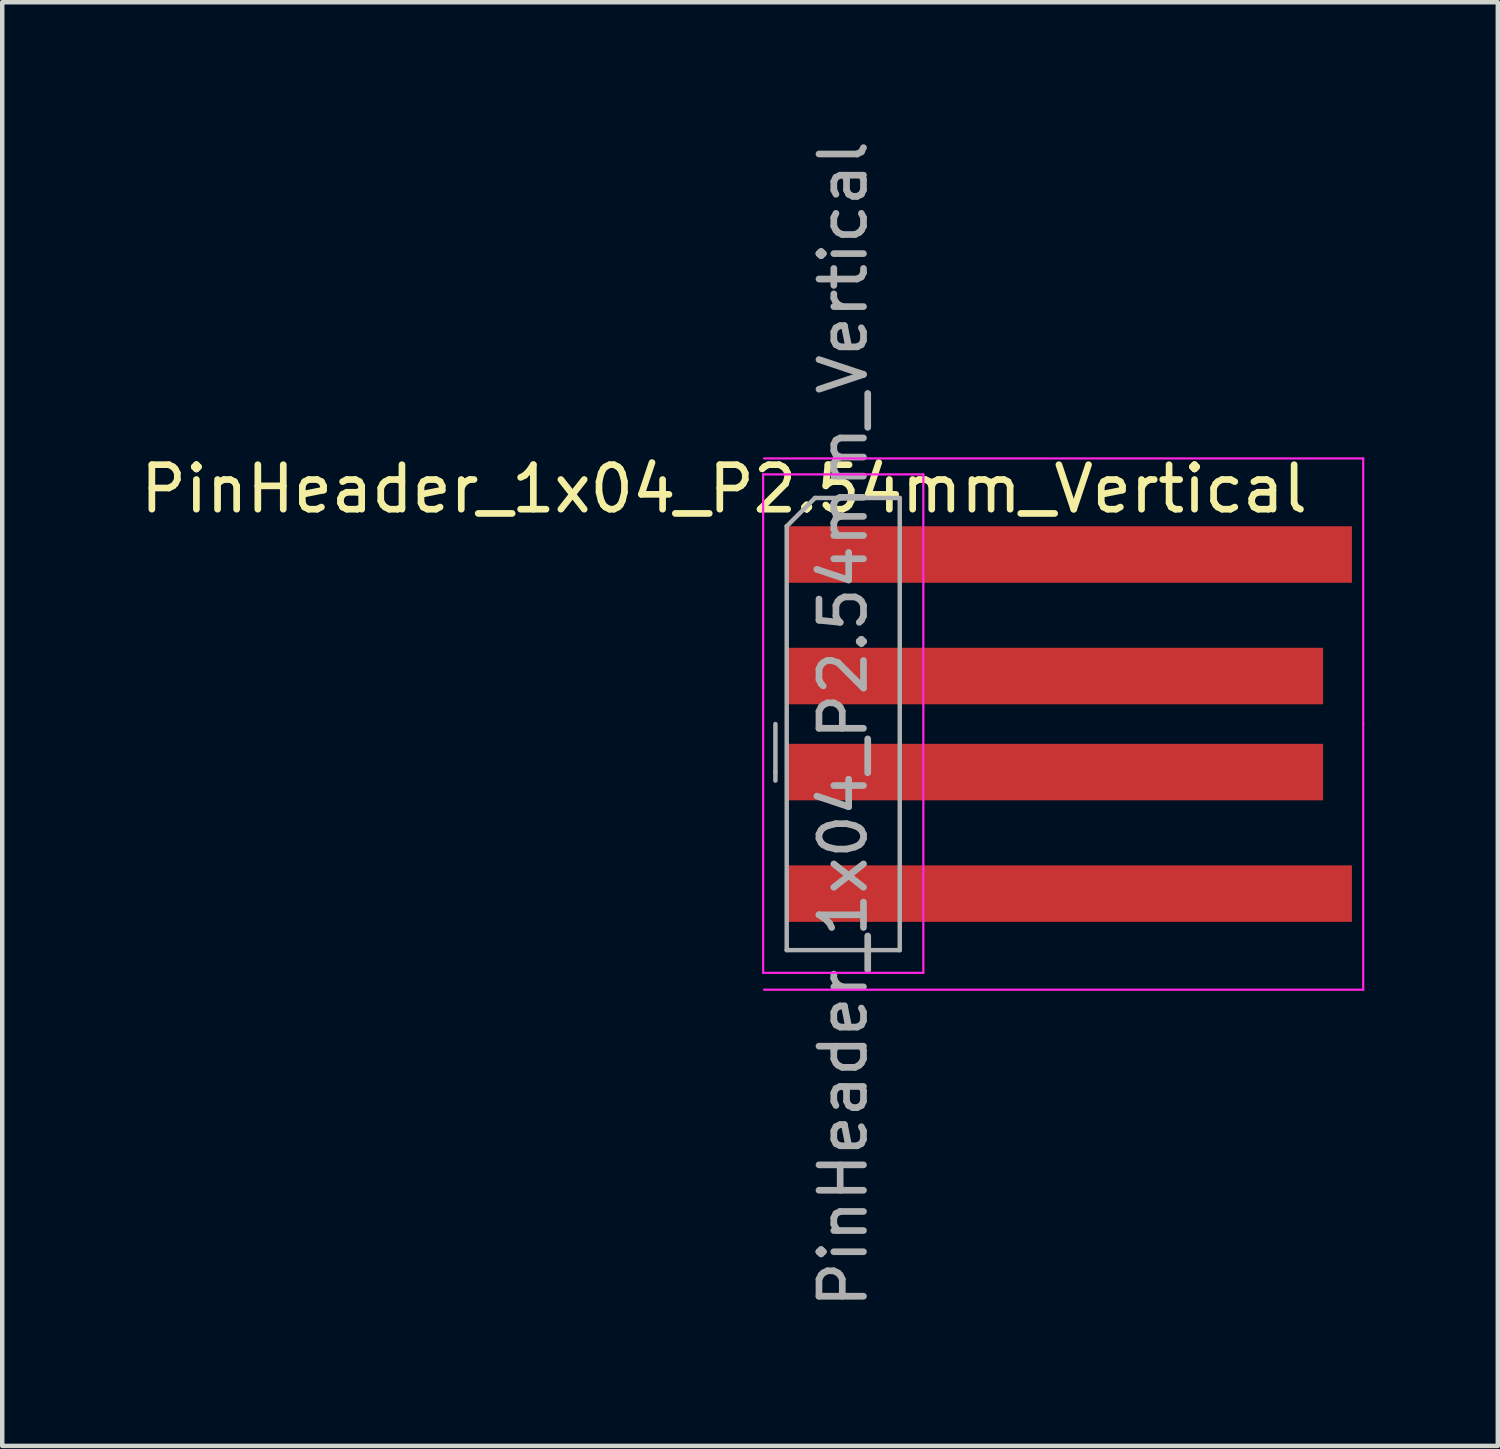
<source format=kicad_pcb>
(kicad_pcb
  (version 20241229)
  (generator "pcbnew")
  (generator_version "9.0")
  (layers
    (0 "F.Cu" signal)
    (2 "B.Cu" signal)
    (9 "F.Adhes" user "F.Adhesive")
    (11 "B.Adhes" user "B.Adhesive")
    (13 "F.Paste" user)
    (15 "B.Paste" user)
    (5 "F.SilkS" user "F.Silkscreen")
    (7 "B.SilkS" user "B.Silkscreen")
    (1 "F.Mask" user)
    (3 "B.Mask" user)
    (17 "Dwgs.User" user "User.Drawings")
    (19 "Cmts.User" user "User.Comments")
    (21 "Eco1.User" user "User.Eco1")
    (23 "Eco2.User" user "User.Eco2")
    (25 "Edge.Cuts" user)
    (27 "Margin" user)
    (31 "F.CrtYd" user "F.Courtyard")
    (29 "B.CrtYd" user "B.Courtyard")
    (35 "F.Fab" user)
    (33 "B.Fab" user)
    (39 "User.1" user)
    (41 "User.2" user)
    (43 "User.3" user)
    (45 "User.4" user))
  (footprint "PinHeader_1x04_P2.54mm_Vertical"
    (layer "F.Cu")
    (at 15.898 9.41)
    (property "Reference" "PinHeader_1x04_P2.54mm_Vertical" (at -2.678 -1.473 180) (layer "F.SilkS") (effects (font (size 1 1) (thickness 0.15))))
    (attr through_hole)
    (fp_line (start -1.8 -1.8) (end -1.8 9.4) (stroke (width 0.05) (type solid)) (layer "F.CrtYd"))
    (fp_line (start -1.8 9.4) (end 1.8 9.4) (stroke (width 0.05) (type solid)) (layer "F.CrtYd"))
    (fp_line (start 1.8 -1.8) (end -1.8 -1.8) (stroke (width 0.05) (type solid)) (layer "F.CrtYd"))
    (fp_line (start 1.8 9.4) (end 1.8 -1.8) (stroke (width 0.05) (type solid)) (layer "F.CrtYd"))
    (fp_line (start 11.684 -2.159) (end -1.778 -2.159) (stroke (width 0.05) (type solid)) (layer "F.CrtYd"))
    (fp_line (start 11.684 -2.159) (end 11.684 3.81) (stroke (width 0.05) (type solid)) (layer "F.CrtYd"))
    (fp_line (start 11.684 3.81) (end 11.684 9.779) (stroke (width 0.05) (type solid)) (layer "F.CrtYd"))
    (fp_line (start 11.684 9.779) (end -1.778 9.779) (stroke (width 0.05) (type solid)) (layer "F.CrtYd"))
    (fp_line (start -1.524 3.81) (end -1.524 4.889) (stroke (width 0.1) (type solid)) (layer "F.Fab"))
    (fp_line (start -1.524 5.08) (end -1.524 4.889) (stroke (width 0.1) (type solid)) (layer "F.Fab"))
    (fp_line (start -1.27 -0.635) (end -0.635 -1.27) (stroke (width 0.1) (type solid)) (layer "F.Fab"))
    (fp_line (start -1.27 8.89) (end -1.27 -0.635) (stroke (width 0.1) (type solid)) (layer "F.Fab"))
    (fp_line (start -0.635 -1.27) (end 1.27 -1.27) (stroke (width 0.1) (type solid)) (layer "F.Fab"))
    (fp_line (start 1.27 -1.27) (end 1.27 8.89) (stroke (width 0.1) (type solid)) (layer "F.Fab"))
    (fp_line (start 1.27 8.89) (end -1.27 8.89) (stroke (width 0.1) (type solid)) (layer "F.Fab"))
    (fp_text user "${REFERENCE}" (at 0 3.81 270) (layer "F.Fab") (effects (font (size 1 1) (thickness 0.15))))
    (pad "1" smd rect (at 5.08 0) (size 12.7 1.27) (layers "F.Cu" "F.Mask" "F.Paste"))
    (pad "2" smd rect (at 4.75 2.731) (size 12.065 1.27) (layers "F.Cu" "F.Mask" "F.Paste"))
    (pad "3" smd rect (at 4.75 4.889) (size 12.065 1.27) (layers "F.Cu" "F.Mask" "F.Paste"))
    (pad "4" smd rect (at 5.08 7.62) (size 12.7 1.27) (layers "F.Cu" "F.Mask" "F.Paste")))
  (gr_rect
    (start -3 -3)
    (end 30.607 29.44)
    (stroke (width 0.1) (type default))
    (fill no)
    (layer "Edge.Cuts")))
</source>
